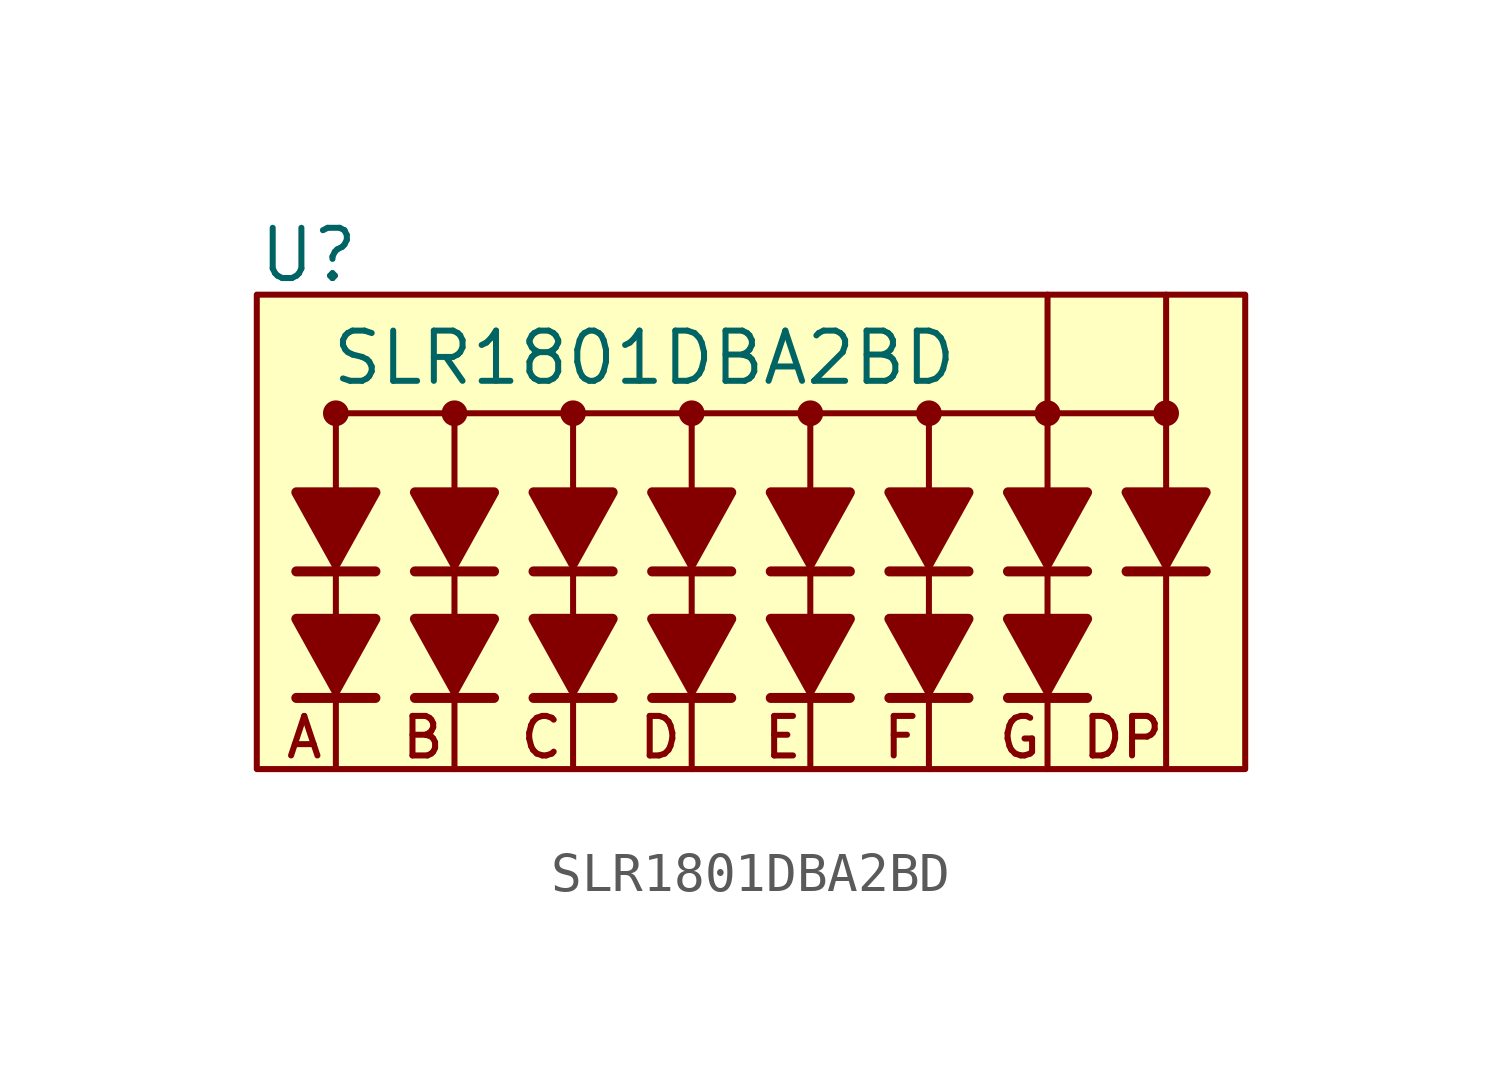
<source format=kicad_sym>
(kicad_symbol_lib
  (version 20241209)
  (generator "kicad_symbol_editor")
  (generator_version "9.0")
  (symbol "SLR1801DBA2BD"
    (pin_numbers
      (hide yes))
    (pin_names
      (hide yes))
    (property "Reference" "U"
      (at -2 1 0)
      (effects (font (size 1.27 1.27)) (justify left)))
    (property "Value" "SLR1801DBA2BD"
      (at 7.8 -1.6 0)
      (do_not_autoplace)
      (effects (font (size 1.27 1.27))))
    (symbol "SLR1801DBA2BD_0_1"
      (polyline (pts (xy -1 -5) (xy 1 -5) (xy 0 -6.8) (xy -1 -5)) (stroke (width 0.254) (type default)) (fill (type outline)))
      (polyline (pts (xy -1 -7) (xy 1 -7)) (stroke (width 0.254) (type default)) (fill (type none)))
      (polyline (pts (xy -1 -8.2) (xy 1 -8.2) (xy 0 -10) (xy -1 -8.2)) (stroke (width 0.254) (type default)) (fill (type outline)))
      (polyline (pts (xy -1 -10.2) (xy 1 -10.2)) (stroke (width 0.254) (type default)) (fill (type none)))
      (polyline (pts (xy 0 -3) (xy 21 -3)) (stroke (width 0) (type default)) (fill (type none)))
      (circle (center 0 -3) (radius 0.25) (stroke (width 0) (type default)) (fill (type outline)))
      (polyline (pts (xy 2 -5) (xy 4 -5) (xy 3 -6.8) (xy 2 -5)) (stroke (width 0.254) (type default)) (fill (type outline)))
      (polyline (pts (xy 2 -7) (xy 4 -7)) (stroke (width 0.254) (type default)) (fill (type none)))
      (polyline (pts (xy 2 -8.2) (xy 4 -8.2) (xy 3 -10) (xy 2 -8.2)) (stroke (width 0.254) (type default)) (fill (type outline)))
      (polyline (pts (xy 2 -10.2) (xy 4 -10.2)) (stroke (width 0.254) (type default)) (fill (type none)))
      (circle (center 3 -3) (radius 0.25) (stroke (width 0) (type default)) (fill (type outline)))
      (polyline (pts (xy 5 -5) (xy 7 -5) (xy 6 -6.8) (xy 5 -5)) (stroke (width 0.254) (type default)) (fill (type outline)))
      (polyline (pts (xy 5 -7) (xy 7 -7)) (stroke (width 0.254) (type default)) (fill (type none)))
      (polyline (pts (xy 5 -8.2) (xy 7 -8.2) (xy 6 -10) (xy 5 -8.2)) (stroke (width 0.254) (type default)) (fill (type outline)))
      (polyline (pts (xy 5 -10.2) (xy 7 -10.2)) (stroke (width 0.254) (type default)) (fill (type none)))
      (circle (center 6 -3) (radius 0.25) (stroke (width 0) (type default)) (fill (type outline)))
      (polyline (pts (xy 8 -5) (xy 10 -5) (xy 9 -6.8) (xy 8 -5)) (stroke (width 0.254) (type default)) (fill (type outline)))
      (polyline (pts (xy 8 -7) (xy 10 -7)) (stroke (width 0.254) (type default)) (fill (type none)))
      (polyline (pts (xy 8 -8.2) (xy 10 -8.2) (xy 9 -10) (xy 8 -8.2)) (stroke (width 0.254) (type default)) (fill (type outline)))
      (polyline (pts (xy 8 -10.2) (xy 10 -10.2)) (stroke (width 0.254) (type default)) (fill (type none)))
      (circle (center 9 -3) (radius 0.25) (stroke (width 0) (type default)) (fill (type outline)))
      (polyline (pts (xy 11 -5) (xy 13 -5) (xy 12 -6.8) (xy 11 -5)) (stroke (width 0.254) (type default)) (fill (type outline)))
      (polyline (pts (xy 11 -7) (xy 13 -7)) (stroke (width 0.254) (type default)) (fill (type none)))
      (polyline (pts (xy 11 -8.2) (xy 13 -8.2) (xy 12 -10) (xy 11 -8.2)) (stroke (width 0.254) (type default)) (fill (type outline)))
      (polyline (pts (xy 11 -10.2) (xy 13 -10.2)) (stroke (width 0.254) (type default)) (fill (type none)))
      (circle (center 12 -3) (radius 0.25) (stroke (width 0) (type default)) (fill (type outline)))
      (polyline (pts (xy 14 -5) (xy 16 -5) (xy 15 -6.8) (xy 14 -5)) (stroke (width 0.254) (type default)) (fill (type outline)))
      (polyline (pts (xy 14 -7) (xy 16 -7)) (stroke (width 0.254) (type default)) (fill (type none)))
      (polyline (pts (xy 14 -8.2) (xy 16 -8.2) (xy 15 -10) (xy 14 -8.2)) (stroke (width 0.254) (type default)) (fill (type outline)))
      (polyline (pts (xy 14 -10.2) (xy 16 -10.2)) (stroke (width 0.254) (type default)) (fill (type none)))
      (circle (center 15 -3) (radius 0.25) (stroke (width 0) (type default)) (fill (type outline)))
      (polyline (pts (xy 17 -5) (xy 19 -5) (xy 18 -6.8) (xy 17 -5)) (stroke (width 0.254) (type default)) (fill (type outline)))
      (polyline (pts (xy 17 -7) (xy 19 -7)) (stroke (width 0.254) (type default)) (fill (type none)))
      (polyline (pts (xy 17 -8.2) (xy 19 -8.2) (xy 18 -10) (xy 17 -8.2)) (stroke (width 0.254) (type default)) (fill (type outline)))
      (polyline (pts (xy 17 -10.2) (xy 19 -10.2)) (stroke (width 0.254) (type default)) (fill (type none)))
      (circle (center 18 -3) (radius 0.25) (stroke (width 0) (type default)) (fill (type outline)))
      (polyline (pts (xy 20 -5) (xy 22 -5) (xy 21 -6.8) (xy 20 -5)) (stroke (width 0.254) (type default)) (fill (type outline)))
      (polyline (pts (xy 20 -7) (xy 22 -7)) (stroke (width 0.254) (type default)) (fill (type none)))
      (circle (center 21 -3) (radius 0.25) (stroke (width 0) (type default)) (fill (type outline)))
      (pin passive line (at 6 -12 90) (length 9) (name "C" (effects (font (size 1 1)))) (number "4" (effects (font (size 1 1)))))
      (pin passive line (at 9 -12 90) (length 9) (name "D" (effects (font (size 1 1)))) (number "3" (effects (font (size 1 1)))))
      (pin passive line (at 12 -12 90) (length 9) (name "E" (effects (font (size 1 1)))) (number "2" (effects (font (size 1 1)))))
      (pin passive line (at 15 -12 90) (length 9) (name "F" (effects (font (size 1 1)))) (number "9" (effects (font (size 1 1)))))
      (pin passive line (at 18 -12 90) (length 9) (name "G" (effects (font (size 1 1)))) (number "10" (effects (font (size 1 1)))))
      (pin unspecified line (at 21 0 270) (length 3) (name "COM" (effects (font (size 1 1)))) (number "1" (effects (font (size 1 1)))))
      (pin passive line (at 21 -12 90) (length 9) (name "DP" (effects (font (size 1 1)))) (number "8" (effects (font (size 1 1))))))
    (symbol "SLR1801DBA2BD_1_1"
      (rectangle (start -2 0) (end 23 -12) (stroke (width 0) (type solid)) (fill (type background)))
      (text "A" (at -0.8 -11.2 0) (effects (font (size 1 1))))
      (text "B" (at 2.2 -11.2 0) (effects (font (size 1 1))))
      (text "C" (at 5.2 -11.2 0) (effects (font (size 1 1))))
      (text "D" (at 8.2 -11.2 0) (effects (font (size 1 1))))
      (text "E" (at 11.3 -11.2 0) (effects (font (size 1 1))))
      (text "F" (at 14.3 -11.2 0) (effects (font (size 1 1))))
      (text "G" (at 17.3 -11.2 0) (effects (font (size 1 1))))
      (text "DP" (at 19.9 -11.2 0) (effects (font (size 1 1))))
      (pin passive line (at 0 -12 90) (length 9) (name "A" (effects (font (size 1 1)))) (number "7" (effects (font (size 1 1)))))
      (pin passive line (at 3 -12 90) (length 9) (name "B" (effects (font (size 1 1)))) (number "6" (effects (font (size 1 1)))))
      (pin unspecified line (at 18 0 270) (length 3) (name "COM" (effects (font (size 1 1)))) (number "5" (effects (font (size 1 1))))))))
</source>
